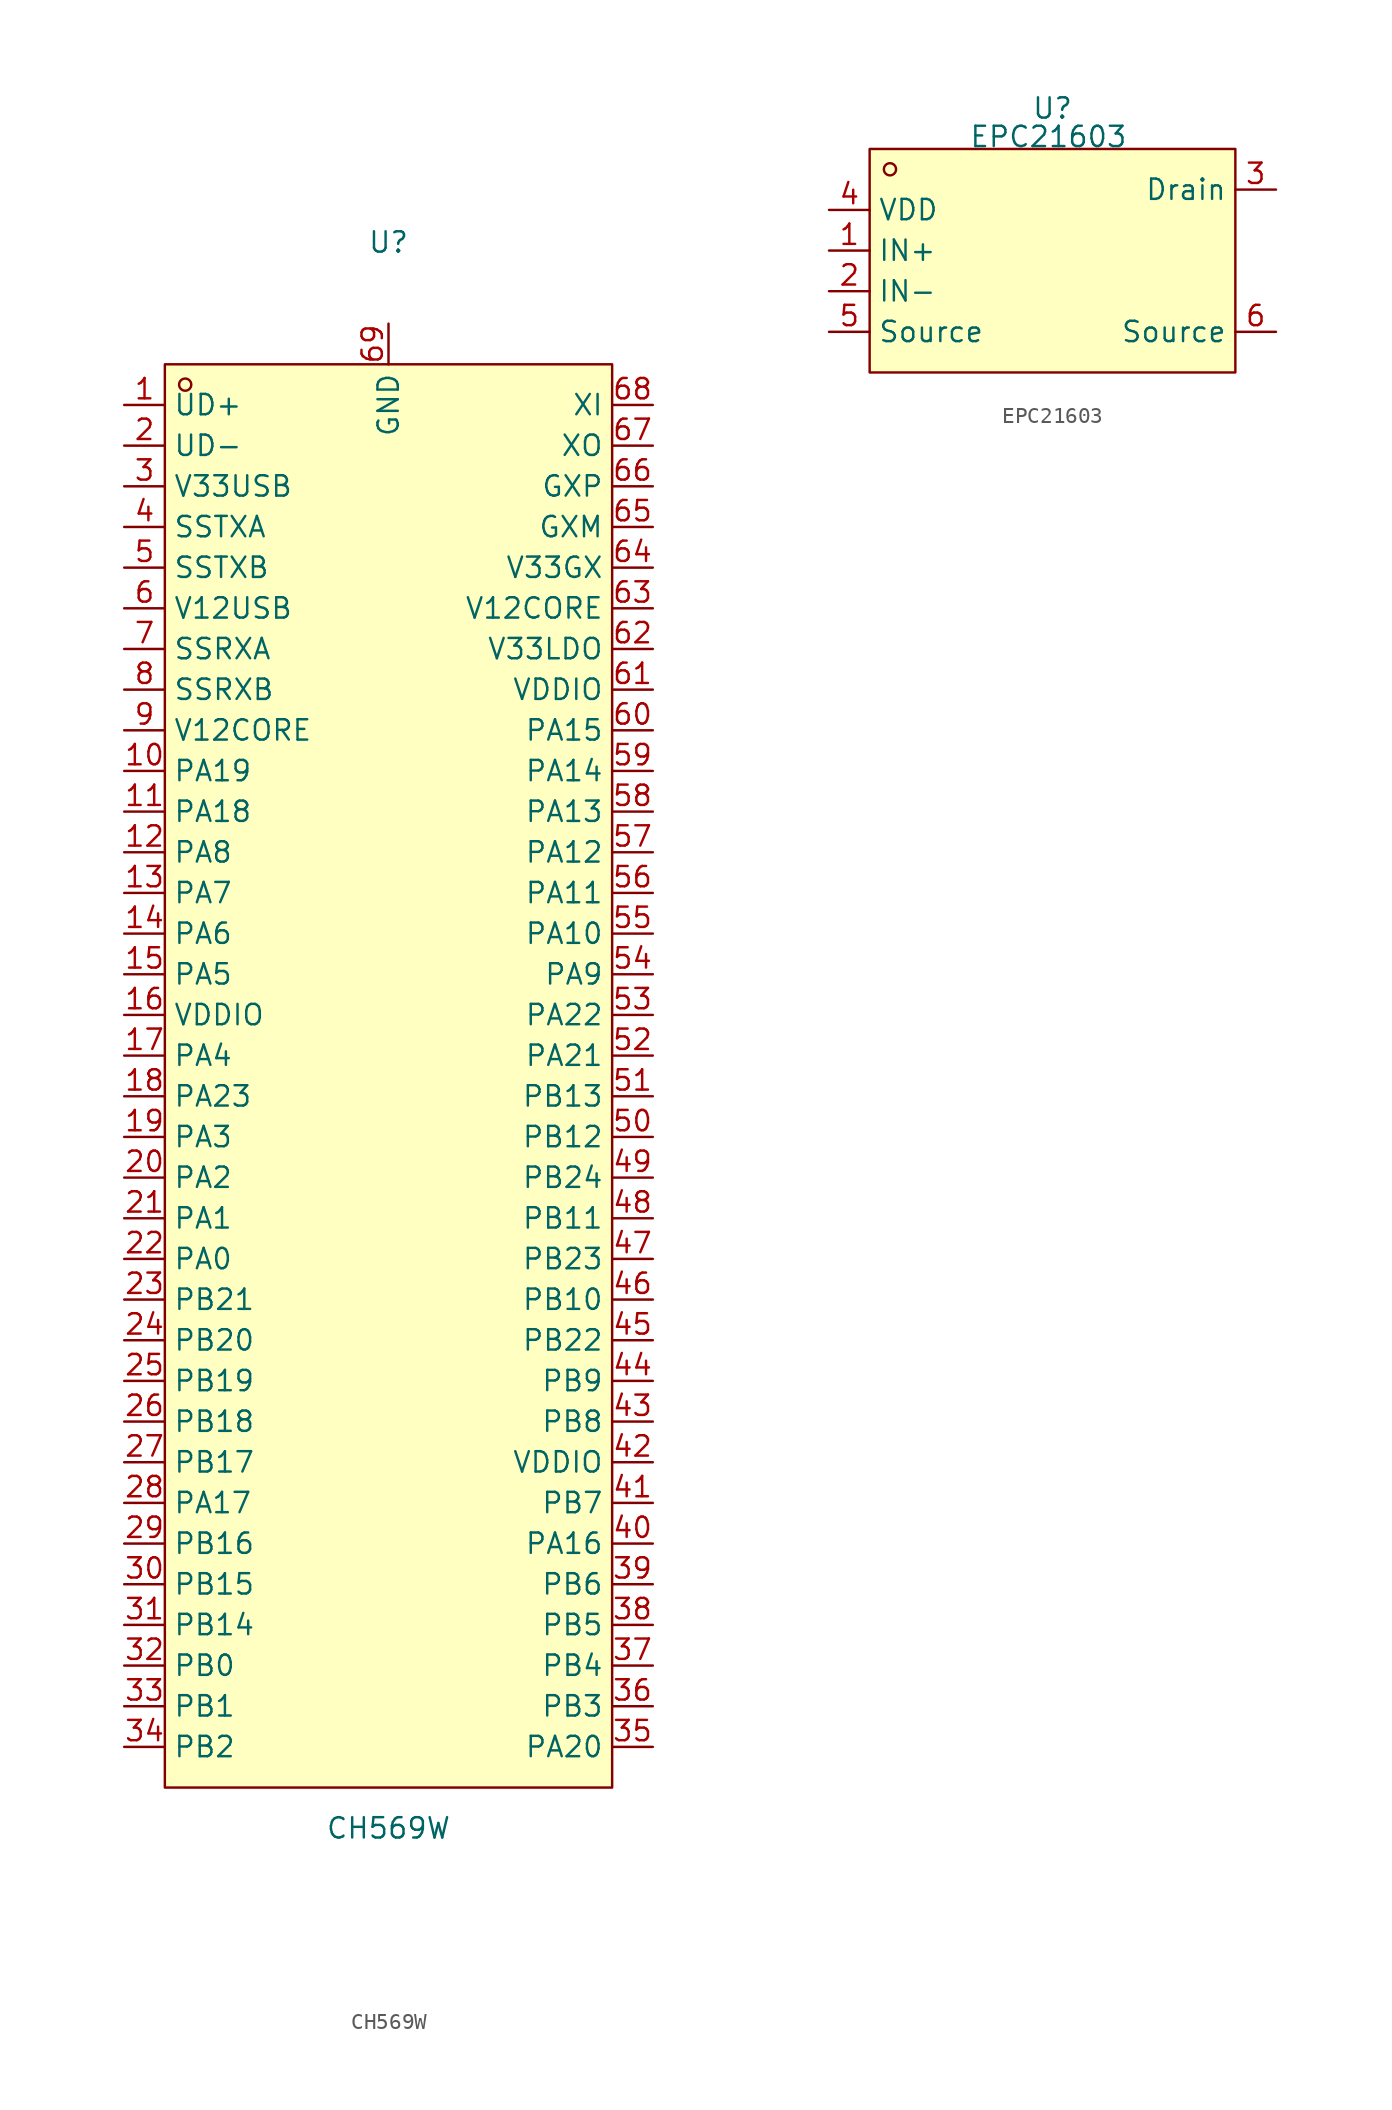
<source format=kicad_sym>
(kicad_symbol_lib
  (version 20241209)
  (generator "kicad_symbol_editor")
  (generator_version "9.0")
  (symbol "CH569W"
    (property "Reference" "U"
      (at 0 52.07 0)
      (effects (font (size 1.27 1.27))))
    (property "Value" "CH569W"
      (at 0 -46.99 0)
      (effects (font (size 1.27 1.27))))
    (symbol "CH569W_0_1"
      (rectangle (start -13.97 44.45) (end 13.97 -44.45) (stroke (width 0) (type default)) (fill (type background)))
      (circle (center -12.7 43.18) (radius 0.38) (stroke (width 0) (type default)) (fill (type none)))
      (pin unspecified line (at -16.51 41.91 0) (length 2.54) (name "UD+" (effects (font (size 1.27 1.27)))) (number "1" (effects (font (size 1.27 1.27)))))
      (pin unspecified line (at -16.51 39.37 0) (length 2.54) (name "UD-" (effects (font (size 1.27 1.27)))) (number "2" (effects (font (size 1.27 1.27)))))
      (pin unspecified line (at -16.51 36.83 0) (length 2.54) (name "V33USB" (effects (font (size 1.27 1.27)))) (number "3" (effects (font (size 1.27 1.27)))))
      (pin unspecified line (at -16.51 34.29 0) (length 2.54) (name "SSTXA" (effects (font (size 1.27 1.27)))) (number "4" (effects (font (size 1.27 1.27)))))
      (pin unspecified line (at -16.51 31.75 0) (length 2.54) (name "SSTXB" (effects (font (size 1.27 1.27)))) (number "5" (effects (font (size 1.27 1.27)))))
      (pin unspecified line (at -16.51 29.21 0) (length 2.54) (name "V12USB" (effects (font (size 1.27 1.27)))) (number "6" (effects (font (size 1.27 1.27)))))
      (pin unspecified line (at -16.51 26.67 0) (length 2.54) (name "SSRXA" (effects (font (size 1.27 1.27)))) (number "7" (effects (font (size 1.27 1.27)))))
      (pin unspecified line (at -16.51 24.13 0) (length 2.54) (name "SSRXB" (effects (font (size 1.27 1.27)))) (number "8" (effects (font (size 1.27 1.27)))))
      (pin unspecified line (at -16.51 21.59 0) (length 2.54) (name "V12CORE" (effects (font (size 1.27 1.27)))) (number "9" (effects (font (size 1.27 1.27)))))
      (pin unspecified line (at -16.51 19.05 0) (length 2.54) (name "PA19" (effects (font (size 1.27 1.27)))) (number "10" (effects (font (size 1.27 1.27)))))
      (pin unspecified line (at -16.51 16.51 0) (length 2.54) (name "PA18" (effects (font (size 1.27 1.27)))) (number "11" (effects (font (size 1.27 1.27)))))
      (pin unspecified line (at -16.51 13.97 0) (length 2.54) (name "PA8" (effects (font (size 1.27 1.27)))) (number "12" (effects (font (size 1.27 1.27)))))
      (pin unspecified line (at -16.51 11.43 0) (length 2.54) (name "PA7" (effects (font (size 1.27 1.27)))) (number "13" (effects (font (size 1.27 1.27)))))
      (pin unspecified line (at -16.51 8.89 0) (length 2.54) (name "PA6" (effects (font (size 1.27 1.27)))) (number "14" (effects (font (size 1.27 1.27)))))
      (pin unspecified line (at -16.51 6.35 0) (length 2.54) (name "PA5" (effects (font (size 1.27 1.27)))) (number "15" (effects (font (size 1.27 1.27)))))
      (pin unspecified line (at -16.51 3.81 0) (length 2.54) (name "VDDIO" (effects (font (size 1.27 1.27)))) (number "16" (effects (font (size 1.27 1.27)))))
      (pin unspecified line (at -16.51 1.27 0) (length 2.54) (name "PA4" (effects (font (size 1.27 1.27)))) (number "17" (effects (font (size 1.27 1.27)))))
      (pin unspecified line (at -16.51 -1.27 0) (length 2.54) (name "PA23" (effects (font (size 1.27 1.27)))) (number "18" (effects (font (size 1.27 1.27)))))
      (pin unspecified line (at -16.51 -3.81 0) (length 2.54) (name "PA3" (effects (font (size 1.27 1.27)))) (number "19" (effects (font (size 1.27 1.27)))))
      (pin unspecified line (at -16.51 -6.35 0) (length 2.54) (name "PA2" (effects (font (size 1.27 1.27)))) (number "20" (effects (font (size 1.27 1.27)))))
      (pin unspecified line (at -16.51 -8.89 0) (length 2.54) (name "PA1" (effects (font (size 1.27 1.27)))) (number "21" (effects (font (size 1.27 1.27)))))
      (pin unspecified line (at -16.51 -11.43 0) (length 2.54) (name "PA0" (effects (font (size 1.27 1.27)))) (number "22" (effects (font (size 1.27 1.27)))))
      (pin unspecified line (at -16.51 -13.97 0) (length 2.54) (name "PB21" (effects (font (size 1.27 1.27)))) (number "23" (effects (font (size 1.27 1.27)))))
      (pin unspecified line (at -16.51 -16.51 0) (length 2.54) (name "PB20" (effects (font (size 1.27 1.27)))) (number "24" (effects (font (size 1.27 1.27)))))
      (pin unspecified line (at -16.51 -19.05 0) (length 2.54) (name "PB19" (effects (font (size 1.27 1.27)))) (number "25" (effects (font (size 1.27 1.27)))))
      (pin unspecified line (at -16.51 -21.59 0) (length 2.54) (name "PB18" (effects (font (size 1.27 1.27)))) (number "26" (effects (font (size 1.27 1.27)))))
      (pin unspecified line (at -16.51 -24.13 0) (length 2.54) (name "PB17" (effects (font (size 1.27 1.27)))) (number "27" (effects (font (size 1.27 1.27)))))
      (pin unspecified line (at -16.51 -26.67 0) (length 2.54) (name "PA17" (effects (font (size 1.27 1.27)))) (number "28" (effects (font (size 1.27 1.27)))))
      (pin unspecified line (at -16.51 -29.21 0) (length 2.54) (name "PB16" (effects (font (size 1.27 1.27)))) (number "29" (effects (font (size 1.27 1.27)))))
      (pin unspecified line (at -16.51 -31.75 0) (length 2.54) (name "PB15" (effects (font (size 1.27 1.27)))) (number "30" (effects (font (size 1.27 1.27)))))
      (pin unspecified line (at -16.51 -34.29 0) (length 2.54) (name "PB14" (effects (font (size 1.27 1.27)))) (number "31" (effects (font (size 1.27 1.27)))))
      (pin unspecified line (at -16.51 -36.83 0) (length 2.54) (name "PB0" (effects (font (size 1.27 1.27)))) (number "32" (effects (font (size 1.27 1.27)))))
      (pin unspecified line (at -16.51 -39.37 0) (length 2.54) (name "PB1" (effects (font (size 1.27 1.27)))) (number "33" (effects (font (size 1.27 1.27)))))
      (pin unspecified line (at -16.51 -41.91 0) (length 2.54) (name "PB2" (effects (font (size 1.27 1.27)))) (number "34" (effects (font (size 1.27 1.27)))))
      (pin unspecified line (at 0 46.99 270) (length 2.54) (name "GND" (effects (font (size 1.27 1.27)))) (number "69" (effects (font (size 1.27 1.27)))))
      (pin unspecified line (at 16.51 41.91 180) (length 2.54) (name "XI" (effects (font (size 1.27 1.27)))) (number "68" (effects (font (size 1.27 1.27)))))
      (pin unspecified line (at 16.51 39.37 180) (length 2.54) (name "XO" (effects (font (size 1.27 1.27)))) (number "67" (effects (font (size 1.27 1.27)))))
      (pin unspecified line (at 16.51 36.83 180) (length 2.54) (name "GXP" (effects (font (size 1.27 1.27)))) (number "66" (effects (font (size 1.27 1.27)))))
      (pin unspecified line (at 16.51 34.29 180) (length 2.54) (name "GXM" (effects (font (size 1.27 1.27)))) (number "65" (effects (font (size 1.27 1.27)))))
      (pin unspecified line (at 16.51 31.75 180) (length 2.54) (name "V33GX" (effects (font (size 1.27 1.27)))) (number "64" (effects (font (size 1.27 1.27)))))
      (pin unspecified line (at 16.51 29.21 180) (length 2.54) (name "V12CORE" (effects (font (size 1.27 1.27)))) (number "63" (effects (font (size 1.27 1.27)))))
      (pin unspecified line (at 16.51 26.67 180) (length 2.54) (name "V33LDO" (effects (font (size 1.27 1.27)))) (number "62" (effects (font (size 1.27 1.27)))))
      (pin unspecified line (at 16.51 24.13 180) (length 2.54) (name "VDDIO" (effects (font (size 1.27 1.27)))) (number "61" (effects (font (size 1.27 1.27)))))
      (pin unspecified line (at 16.51 21.59 180) (length 2.54) (name "PA15" (effects (font (size 1.27 1.27)))) (number "60" (effects (font (size 1.27 1.27)))))
      (pin unspecified line (at 16.51 19.05 180) (length 2.54) (name "PA14" (effects (font (size 1.27 1.27)))) (number "59" (effects (font (size 1.27 1.27)))))
      (pin unspecified line (at 16.51 16.51 180) (length 2.54) (name "PA13" (effects (font (size 1.27 1.27)))) (number "58" (effects (font (size 1.27 1.27)))))
      (pin unspecified line (at 16.51 13.97 180) (length 2.54) (name "PA12" (effects (font (size 1.27 1.27)))) (number "57" (effects (font (size 1.27 1.27)))))
      (pin unspecified line (at 16.51 11.43 180) (length 2.54) (name "PA11" (effects (font (size 1.27 1.27)))) (number "56" (effects (font (size 1.27 1.27)))))
      (pin unspecified line (at 16.51 8.89 180) (length 2.54) (name "PA10" (effects (font (size 1.27 1.27)))) (number "55" (effects (font (size 1.27 1.27)))))
      (pin unspecified line (at 16.51 6.35 180) (length 2.54) (name "PA9" (effects (font (size 1.27 1.27)))) (number "54" (effects (font (size 1.27 1.27)))))
      (pin unspecified line (at 16.51 3.81 180) (length 2.54) (name "PA22" (effects (font (size 1.27 1.27)))) (number "53" (effects (font (size 1.27 1.27)))))
      (pin unspecified line (at 16.51 1.27 180) (length 2.54) (name "PA21" (effects (font (size 1.27 1.27)))) (number "52" (effects (font (size 1.27 1.27)))))
      (pin unspecified line (at 16.51 -1.27 180) (length 2.54) (name "PB13" (effects (font (size 1.27 1.27)))) (number "51" (effects (font (size 1.27 1.27)))))
      (pin unspecified line (at 16.51 -3.81 180) (length 2.54) (name "PB12" (effects (font (size 1.27 1.27)))) (number "50" (effects (font (size 1.27 1.27)))))
      (pin unspecified line (at 16.51 -6.35 180) (length 2.54) (name "PB24" (effects (font (size 1.27 1.27)))) (number "49" (effects (font (size 1.27 1.27)))))
      (pin unspecified line (at 16.51 -8.89 180) (length 2.54) (name "PB11" (effects (font (size 1.27 1.27)))) (number "48" (effects (font (size 1.27 1.27)))))
      (pin unspecified line (at 16.51 -11.43 180) (length 2.54) (name "PB23" (effects (font (size 1.27 1.27)))) (number "47" (effects (font (size 1.27 1.27)))))
      (pin unspecified line (at 16.51 -13.97 180) (length 2.54) (name "PB10" (effects (font (size 1.27 1.27)))) (number "46" (effects (font (size 1.27 1.27)))))
      (pin unspecified line (at 16.51 -16.51 180) (length 2.54) (name "PB22" (effects (font (size 1.27 1.27)))) (number "45" (effects (font (size 1.27 1.27)))))
      (pin unspecified line (at 16.51 -19.05 180) (length 2.54) (name "PB9" (effects (font (size 1.27 1.27)))) (number "44" (effects (font (size 1.27 1.27)))))
      (pin unspecified line (at 16.51 -21.59 180) (length 2.54) (name "PB8" (effects (font (size 1.27 1.27)))) (number "43" (effects (font (size 1.27 1.27)))))
      (pin unspecified line (at 16.51 -24.13 180) (length 2.54) (name "VDDIO" (effects (font (size 1.27 1.27)))) (number "42" (effects (font (size 1.27 1.27)))))
      (pin unspecified line (at 16.51 -26.67 180) (length 2.54) (name "PB7" (effects (font (size 1.27 1.27)))) (number "41" (effects (font (size 1.27 1.27)))))
      (pin unspecified line (at 16.51 -29.21 180) (length 2.54) (name "PA16" (effects (font (size 1.27 1.27)))) (number "40" (effects (font (size 1.27 1.27)))))
      (pin unspecified line (at 16.51 -31.75 180) (length 2.54) (name "PB6" (effects (font (size 1.27 1.27)))) (number "39" (effects (font (size 1.27 1.27)))))
      (pin unspecified line (at 16.51 -34.29 180) (length 2.54) (name "PB5" (effects (font (size 1.27 1.27)))) (number "38" (effects (font (size 1.27 1.27)))))
      (pin unspecified line (at 16.51 -36.83 180) (length 2.54) (name "PB4" (effects (font (size 1.27 1.27)))) (number "37" (effects (font (size 1.27 1.27)))))
      (pin unspecified line (at 16.51 -39.37 180) (length 2.54) (name "PB3" (effects (font (size 1.27 1.27)))) (number "36" (effects (font (size 1.27 1.27)))))
      (pin unspecified line (at 16.51 -41.91 180) (length 2.54) (name "PA20" (effects (font (size 1.27 1.27)))) (number "35" (effects (font (size 1.27 1.27)))))))
  (symbol "EPC21603"
    (property "Reference" "U"
      (at 0 7.62 0)
      (effects (font (size 1.27 1.27))))
    (property "Value" "EPC21603"
      (at -0.254 5.842 0)
      (effects (font (size 1.27 1.27))))
    (symbol "EPC21603_0_1"
      (rectangle (start -11.43 5.08) (end 11.43 -8.89) (stroke (width 0) (type default)) (fill (type background)))
      (circle (center -10.16 3.81) (radius 0.38) (stroke (width 0) (type default)) (fill (type none)))
      (pin unspecified line (at -13.97 1.27 0) (length 2.54) (name "VDD" (effects (font (size 1.27 1.27)))) (number "4" (effects (font (size 1.27 1.27)))))
      (pin unspecified line (at -13.97 -1.27 0) (length 2.54) (name "IN+" (effects (font (size 1.27 1.27)))) (number "1" (effects (font (size 1.27 1.27)))))
      (pin unspecified line (at -13.97 -3.81 0) (length 2.54) (name "IN-" (effects (font (size 1.27 1.27)))) (number "2" (effects (font (size 1.27 1.27)))))
      (pin unspecified line (at -13.97 -6.35 0) (length 2.54) (name "Source" (effects (font (size 1.27 1.27)))) (number "5" (effects (font (size 1.27 1.27)))))
      (pin unspecified line (at 13.97 2.54 180) (length 2.54) (name "Drain" (effects (font (size 1.27 1.27)))) (number "3" (effects (font (size 1.27 1.27)))))
      (pin unspecified line (at 13.97 -6.35 180) (length 2.54) (name "Source" (effects (font (size 1.27 1.27)))) (number "6" (effects (font (size 1.27 1.27))))))))
</source>
